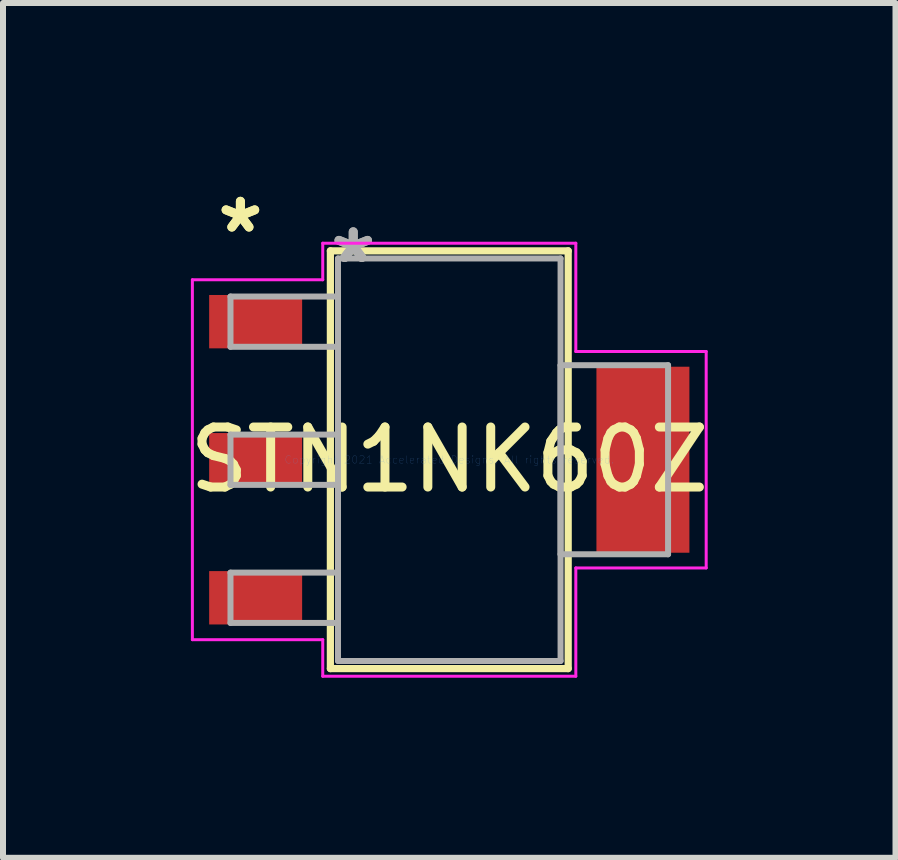
<source format=kicad_pcb>
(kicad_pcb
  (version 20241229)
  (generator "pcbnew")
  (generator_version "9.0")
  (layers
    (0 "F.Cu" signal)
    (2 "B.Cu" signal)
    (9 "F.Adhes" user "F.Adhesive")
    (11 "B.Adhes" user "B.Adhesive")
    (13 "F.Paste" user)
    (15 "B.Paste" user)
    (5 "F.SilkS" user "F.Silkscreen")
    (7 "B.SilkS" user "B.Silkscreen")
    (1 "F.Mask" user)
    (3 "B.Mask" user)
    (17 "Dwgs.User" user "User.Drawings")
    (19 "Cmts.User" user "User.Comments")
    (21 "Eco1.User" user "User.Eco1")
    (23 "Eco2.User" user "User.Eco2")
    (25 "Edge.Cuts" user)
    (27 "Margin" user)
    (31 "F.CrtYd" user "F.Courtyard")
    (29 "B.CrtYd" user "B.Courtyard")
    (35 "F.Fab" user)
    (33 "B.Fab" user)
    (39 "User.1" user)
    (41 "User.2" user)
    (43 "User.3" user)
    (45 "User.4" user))
  (footprint "STN1NK60Z"
    (layer "F.Cu")
    (at 4.435 4.609)
    (property "Reference" "STN1NK60Z" (at 0 0 0) (layer "F.SilkS") (effects (font (size 1 1) (thickness 0.15))))
    (attr through_hole)
    (fp_line (start -1.981 -3.48) (end -1.981 3.48) (stroke (width 0.12) (type solid)) (layer "F.SilkS"))
    (fp_line (start -1.981 3.48) (end 1.981 3.48) (stroke (width 0.12) (type solid)) (layer "F.SilkS"))
    (fp_line (start 1.981 -3.48) (end -1.981 -3.48) (stroke (width 0.12) (type solid)) (layer "F.SilkS"))
    (fp_line (start 1.981 3.48) (end 1.981 -3.48) (stroke (width 0.12) (type solid)) (layer "F.SilkS"))
    (fp_line (start -4.28 -2.998) (end -2.108 -2.998) (stroke (width 0.05) (type solid)) (layer "F.CrtYd"))
    (fp_line (start -4.28 2.998) (end -4.28 -2.998) (stroke (width 0.05) (type solid)) (layer "F.CrtYd"))
    (fp_line (start -2.108 -3.607) (end 2.108 -3.607) (stroke (width 0.05) (type solid)) (layer "F.CrtYd"))
    (fp_line (start -2.108 -2.998) (end -2.108 -3.607) (stroke (width 0.05) (type solid)) (layer "F.CrtYd"))
    (fp_line (start -2.108 2.998) (end -4.28 2.998) (stroke (width 0.05) (type solid)) (layer "F.CrtYd"))
    (fp_line (start -2.108 3.607) (end -2.108 2.998) (stroke (width 0.05) (type solid)) (layer "F.CrtYd"))
    (fp_line (start 2.108 -3.607) (end 2.108 -1.803) (stroke (width 0.05) (type solid)) (layer "F.CrtYd"))
    (fp_line (start 2.108 -1.803) (end 4.28 -1.803) (stroke (width 0.05) (type solid)) (layer "F.CrtYd"))
    (fp_line (start 2.108 1.803) (end 2.108 3.607) (stroke (width 0.05) (type solid)) (layer "F.CrtYd"))
    (fp_line (start 2.108 3.607) (end -2.108 3.607) (stroke (width 0.05) (type solid)) (layer "F.CrtYd"))
    (fp_line (start 4.28 -1.803) (end 4.28 1.803) (stroke (width 0.05) (type solid)) (layer "F.CrtYd"))
    (fp_line (start 4.28 1.803) (end 2.108 1.803) (stroke (width 0.05) (type solid)) (layer "F.CrtYd"))
    (fp_line (start -3.645 -2.719) (end -3.645 -1.881) (stroke (width 0.1) (type solid)) (layer "F.Fab"))
    (fp_line (start -3.645 -1.881) (end -1.854 -1.881) (stroke (width 0.1) (type solid)) (layer "F.Fab"))
    (fp_line (start -3.645 -0.419) (end -3.645 0.419) (stroke (width 0.1) (type solid)) (layer "F.Fab"))
    (fp_line (start -3.645 0.419) (end -1.854 0.419) (stroke (width 0.1) (type solid)) (layer "F.Fab"))
    (fp_line (start -3.645 1.881) (end -3.645 2.719) (stroke (width 0.1) (type solid)) (layer "F.Fab"))
    (fp_line (start -3.645 2.719) (end -1.854 2.719) (stroke (width 0.1) (type solid)) (layer "F.Fab"))
    (fp_line (start -1.854 -3.353) (end -1.854 3.353) (stroke (width 0.1) (type solid)) (layer "F.Fab"))
    (fp_line (start -1.854 -2.719) (end -3.645 -2.719) (stroke (width 0.1) (type solid)) (layer "F.Fab"))
    (fp_line (start -1.854 -1.881) (end -1.854 -2.719) (stroke (width 0.1) (type solid)) (layer "F.Fab"))
    (fp_line (start -1.854 -0.419) (end -3.645 -0.419) (stroke (width 0.1) (type solid)) (layer "F.Fab"))
    (fp_line (start -1.854 0.419) (end -1.854 -0.419) (stroke (width 0.1) (type solid)) (layer "F.Fab"))
    (fp_line (start -1.854 1.881) (end -3.645 1.881) (stroke (width 0.1) (type solid)) (layer "F.Fab"))
    (fp_line (start -1.854 2.719) (end -1.854 1.881) (stroke (width 0.1) (type solid)) (layer "F.Fab"))
    (fp_line (start -1.854 3.353) (end 1.854 3.353) (stroke (width 0.1) (type solid)) (layer "F.Fab"))
    (fp_line (start 1.854 -3.353) (end -1.854 -3.353) (stroke (width 0.1) (type solid)) (layer "F.Fab"))
    (fp_line (start 1.854 -1.575) (end 1.854 1.575) (stroke (width 0.1) (type solid)) (layer "F.Fab"))
    (fp_line (start 1.854 1.575) (end 3.645 1.575) (stroke (width 0.1) (type solid)) (layer "F.Fab"))
    (fp_line (start 1.854 3.353) (end 1.854 -3.353) (stroke (width 0.1) (type solid)) (layer "F.Fab"))
    (fp_line (start 3.645 -1.575) (end 1.854 -1.575) (stroke (width 0.1) (type solid)) (layer "F.Fab"))
    (fp_line (start 3.645 1.575) (end 3.645 -1.575) (stroke (width 0.1) (type solid)) (layer "F.Fab"))
    (fp_text user "*" (at -3.48 -3.76 0) (layer "F.SilkS") (effects (font (size 1 1) (thickness 0.15))))
    (fp_text user "*" (at -3.48 -3.76 0) (layer "F.SilkS") (effects (font (size 1 1) (thickness 0.15))))
    (fp_text user "Copyright 2021 Accelerated Designs. All rights reserved." (at 0 0 0) (layer "Cmts.User") (effects (font (size 0.127 0.127) (thickness 0.002))))
    (fp_text user "*" (at -1.6 -3.252 0) (layer "F.Fab") (effects (font (size 1 1) (thickness 0.15))))
    (fp_text user "*" (at -1.6 -3.252 0) (layer "F.Fab") (effects (font (size 1 1) (thickness 0.15))))
    (pad "1" smd rect (at -3.226 -2.3) (size 1.549 0.889) (layers "F.Cu" "F.Mask" "F.Paste"))
    (pad "2" smd rect (at -3.226 0) (size 1.549 0.889) (layers "F.Cu" "F.Mask" "F.Paste"))
    (pad "3" smd rect (at -3.226 2.3) (size 1.549 0.889) (layers "F.Cu" "F.Mask" "F.Paste"))
    (pad "4" smd rect (at 3.226 0) (size 1.549 3.099) (layers "F.Cu" "F.Mask" "F.Paste")))
  (gr_rect
    (start -3 -3)
    (end 11.869 11.241)
    (stroke (width 0.1) (type default))
    (fill no)
    (layer "Edge.Cuts")))
</source>
